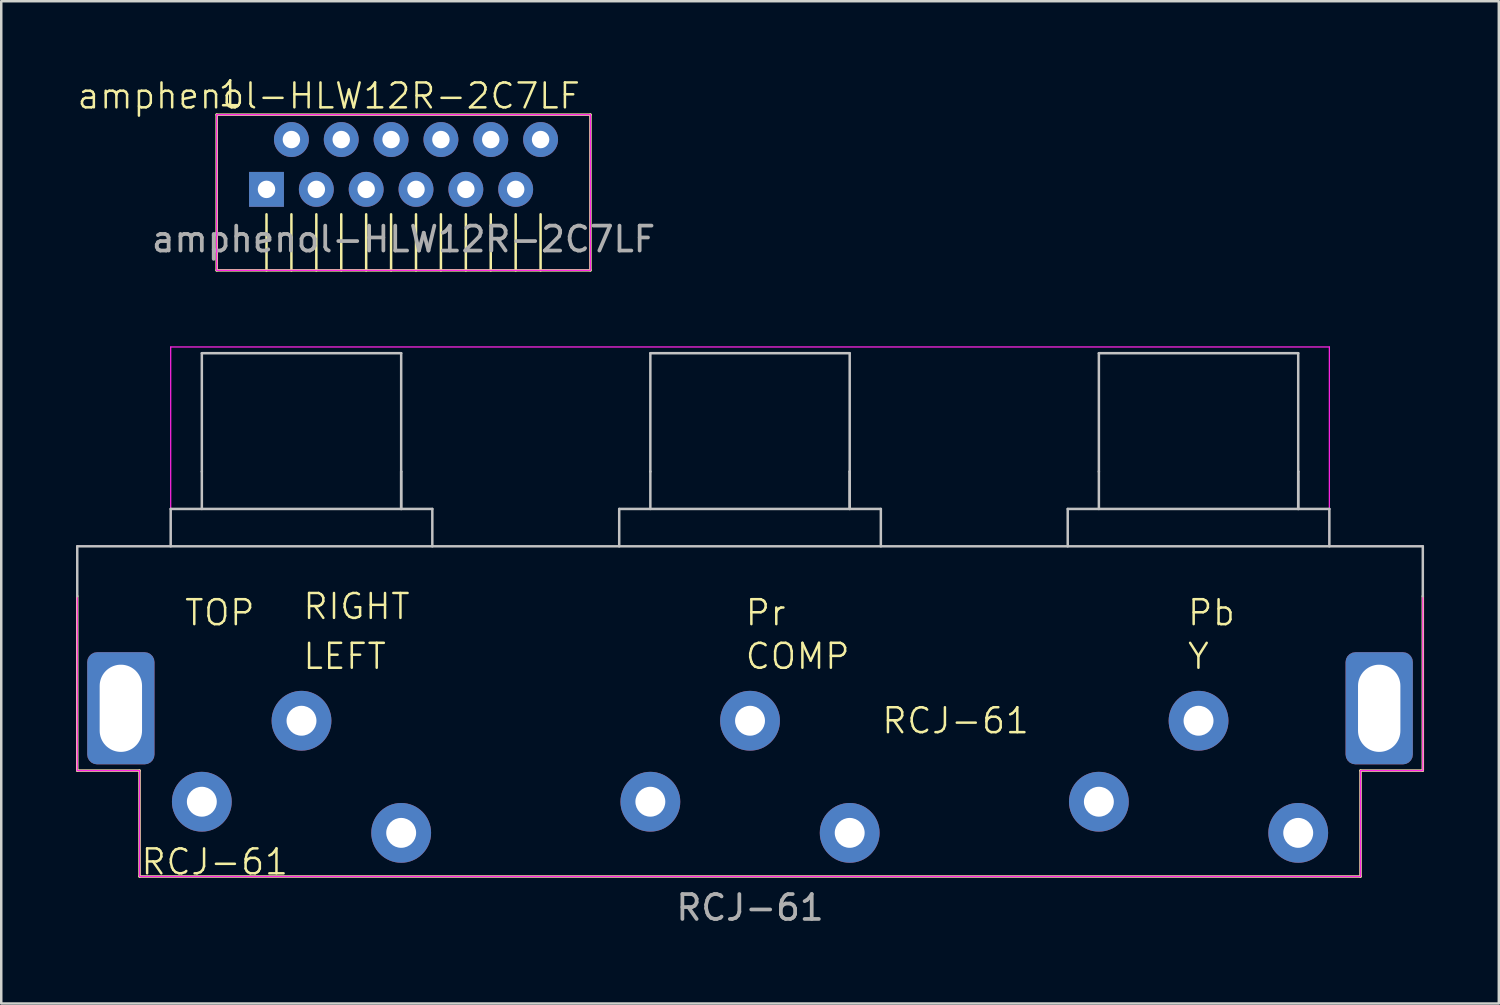
<source format=kicad_pcb>
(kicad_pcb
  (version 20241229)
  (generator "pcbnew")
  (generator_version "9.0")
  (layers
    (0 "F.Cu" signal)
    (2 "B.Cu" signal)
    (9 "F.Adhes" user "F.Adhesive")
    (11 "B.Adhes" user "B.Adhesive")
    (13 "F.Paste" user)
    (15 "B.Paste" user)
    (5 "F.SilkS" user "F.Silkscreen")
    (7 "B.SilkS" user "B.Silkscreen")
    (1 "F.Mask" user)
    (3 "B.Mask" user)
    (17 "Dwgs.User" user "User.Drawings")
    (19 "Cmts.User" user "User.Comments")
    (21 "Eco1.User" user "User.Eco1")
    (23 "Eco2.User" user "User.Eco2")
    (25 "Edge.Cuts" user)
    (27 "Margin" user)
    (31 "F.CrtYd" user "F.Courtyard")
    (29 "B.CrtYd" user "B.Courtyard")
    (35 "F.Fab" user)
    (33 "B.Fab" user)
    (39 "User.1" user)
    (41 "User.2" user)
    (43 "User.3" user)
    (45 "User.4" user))
  (footprint "RCJ-61"
    (layer "F.Cu")
    (at 27.05 25.875)
    (property "Reference" "RCJ-61" (at 8.25 0 0) (unlocked yes) (layer "F.SilkS") (effects (font (size 1 1) (thickness 0.1))))
    (attr smd)
    (fp_line (start -27 2) (end -27 -5) (stroke (width 0.1) (type default)) (layer "F.SilkS"))
    (fp_line (start -27 2) (end -24.5 2) (stroke (width 0.1) (type default)) (layer "F.SilkS"))
    (fp_line (start -24.5 2) (end -24.5 6.25) (stroke (width 0.1) (type default)) (layer "F.SilkS"))
    (fp_line (start -24.5 6.25) (end 24.5 6.25) (stroke (width 0.1) (type default)) (layer "F.SilkS"))
    (fp_line (start 24.5 2) (end 24.5 6.25) (stroke (width 0.1) (type default)) (layer "F.SilkS"))
    (fp_line (start 24.5 2) (end 27 2) (stroke (width 0.1) (type default)) (layer "F.SilkS"))
    (fp_line (start 27 2) (end 27 -5) (stroke (width 0.1) (type default)) (layer "F.SilkS"))
    (fp_line (start -27 -5) (end -27 -7) (stroke (width 0.1) (type default)) (layer "Dwgs.User"))
    (fp_line (start -23.25 -8.5) (end -23.25 -7) (stroke (width 0.1) (type default)) (layer "Dwgs.User"))
    (fp_line (start -23.25 -8.5) (end -12.75 -8.5) (stroke (width 0.1) (type default)) (layer "Dwgs.User"))
    (fp_line (start -22 -10) (end -22 -14.75) (stroke (width 0.1) (type default)) (layer "Dwgs.User"))
    (fp_line (start -22 -10) (end -22 -8.5) (stroke (width 0.1) (type default)) (layer "Dwgs.User"))
    (fp_line (start -14 -14.75) (end -22 -14.75) (stroke (width 0.1) (type default)) (layer "Dwgs.User"))
    (fp_line (start -14 -10) (end -14 -14.75) (stroke (width 0.1) (type default)) (layer "Dwgs.User"))
    (fp_line (start -14 -10) (end -14 -8.5) (stroke (width 0.1) (type default)) (layer "Dwgs.User"))
    (fp_line (start -14 -8.5) (end -14 -10) (stroke (width 0.1) (type default)) (layer "Dwgs.User"))
    (fp_line (start -12.75 -8.5) (end -12.75 -7) (stroke (width 0.1) (type default)) (layer "Dwgs.User"))
    (fp_line (start -5.25 -8.5) (end -5.25 -7) (stroke (width 0.1) (type default)) (layer "Dwgs.User"))
    (fp_line (start -5.25 -8.5) (end 5.25 -8.5) (stroke (width 0.1) (type default)) (layer "Dwgs.User"))
    (fp_line (start -4 -10) (end -4 -14.75) (stroke (width 0.1) (type default)) (layer "Dwgs.User"))
    (fp_line (start -4 -10) (end -4 -8.5) (stroke (width 0.1) (type default)) (layer "Dwgs.User"))
    (fp_line (start 4 -14.75) (end -4 -14.75) (stroke (width 0.1) (type default)) (layer "Dwgs.User"))
    (fp_line (start 4 -10) (end 4 -14.75) (stroke (width 0.1) (type default)) (layer "Dwgs.User"))
    (fp_line (start 4 -10) (end 4 -8.5) (stroke (width 0.1) (type default)) (layer "Dwgs.User"))
    (fp_line (start 4 -8.5) (end 4 -10) (stroke (width 0.1) (type default)) (layer "Dwgs.User"))
    (fp_line (start 5.25 -8.5) (end 5.25 -7) (stroke (width 0.1) (type default)) (layer "Dwgs.User"))
    (fp_line (start 12.75 -8.5) (end 12.75 -7) (stroke (width 0.1) (type default)) (layer "Dwgs.User"))
    (fp_line (start 12.75 -8.5) (end 23.25 -8.5) (stroke (width 0.1) (type default)) (layer "Dwgs.User"))
    (fp_line (start 14 -10) (end 14 -14.75) (stroke (width 0.1) (type default)) (layer "Dwgs.User"))
    (fp_line (start 14 -10) (end 14 -8.5) (stroke (width 0.1) (type default)) (layer "Dwgs.User"))
    (fp_line (start 22 -14.75) (end 14 -14.75) (stroke (width 0.1) (type default)) (layer "Dwgs.User"))
    (fp_line (start 22 -10) (end 22 -14.75) (stroke (width 0.1) (type default)) (layer "Dwgs.User"))
    (fp_line (start 22 -10) (end 22 -8.5) (stroke (width 0.1) (type default)) (layer "Dwgs.User"))
    (fp_line (start 22 -8.5) (end 22 -10) (stroke (width 0.1) (type default)) (layer "Dwgs.User"))
    (fp_line (start 23.25 -8.5) (end 23.25 -7) (stroke (width 0.1) (type default)) (layer "Dwgs.User"))
    (fp_line (start 27 -7) (end -27 -7) (stroke (width 0.1) (type default)) (layer "Dwgs.User"))
    (fp_line (start 27 -5) (end 27 -7) (stroke (width 0.1) (type default)) (layer "Dwgs.User"))
    (fp_line (start -27 -7) (end -27 2) (stroke (width 0.05) (type default)) (layer "F.CrtYd"))
    (fp_line (start -27 2) (end -24.5 2) (stroke (width 0.05) (type default)) (layer "F.CrtYd"))
    (fp_line (start -24.5 2) (end -24.5 6.25) (stroke (width 0.05) (type default)) (layer "F.CrtYd"))
    (fp_line (start -24.5 6.25) (end 24.5 6.25) (stroke (width 0.05) (type default)) (layer "F.CrtYd"))
    (fp_line (start -23.25 -15) (end -23.25 -7) (stroke (width 0.05) (type default)) (layer "F.CrtYd"))
    (fp_line (start -23.25 -7) (end -27 -7) (stroke (width 0.05) (type default)) (layer "F.CrtYd"))
    (fp_line (start 23.25 -15) (end -23.25 -15) (stroke (width 0.05) (type default)) (layer "F.CrtYd"))
    (fp_line (start 23.25 -7) (end 23.25 -15) (stroke (width 0.05) (type default)) (layer "F.CrtYd"))
    (fp_line (start 24.5 2) (end 27 2) (stroke (width 0.05) (type default)) (layer "F.CrtYd"))
    (fp_line (start 24.5 6.25) (end 24.5 2) (stroke (width 0.05) (type default)) (layer "F.CrtYd"))
    (fp_line (start 27 -7) (end 23.25 -7) (stroke (width 0.05) (type default)) (layer "F.CrtYd"))
    (fp_line (start 27 2) (end 27 -7) (stroke (width 0.05) (type default)) (layer "F.CrtYd"))
    (fp_text user "RIGHT" (at -18 -4 0) (unlocked yes) (layer "F.SilkS") (effects (font (size 1 1) (thickness 0.1)) (justify left bottom)))
    (fp_text user "Pb" (at 17.5 -3.75 0) (unlocked yes) (layer "F.SilkS") (effects (font (size 1 1) (thickness 0.1)) (justify left bottom)))
    (fp_text user "TOP" (at -22.75 -3.75 0) (unlocked yes) (layer "F.SilkS") (effects (font (size 1 1) (thickness 0.1)) (justify left bottom)))
    (fp_text user "COMP" (at -0.25 -2 0) (unlocked yes) (layer "F.SilkS") (effects (font (size 1 1) (thickness 0.1)) (justify left bottom)))
    (fp_text user "RCJ-61" (at -24.5 6.25 0) (unlocked yes) (layer "F.SilkS") (effects (font (size 1 1) (thickness 0.1)) (justify left bottom)))
    (fp_text user "LEFT" (at -18 -2 0) (unlocked yes) (layer "F.SilkS") (effects (font (size 1 1) (thickness 0.1)) (justify left bottom)))
    (fp_text user "Pr" (at -0.25 -3.75 0) (unlocked yes) (layer "F.SilkS") (effects (font (size 1 1) (thickness 0.1)) (justify left bottom)))
    (fp_text user "Y" (at 17.5 -2 0) (unlocked yes) (layer "F.SilkS") (effects (font (size 1 1) (thickness 0.1)) (justify left bottom)))
    (fp_text user "${REFERENCE}" (at 0 7.5 0) (unlocked yes) (layer "F.Fab") (effects (font (size 1 1) (thickness 0.15))))
    (pad "" np_thru_hole roundrect (at -25.25 -0.5) (size 2.7 4.5) (drill oval 1.7 3.5) (layers "*.Cu" "*.Mask") (roundrect_rratio 0.147))
    (pad "" np_thru_hole roundrect (at 25.25 -0.5) (size 2.7 4.5) (drill oval 1.7 3.5) (layers "*.Cu" "*.Mask") (roundrect_rratio 0.147))
    (pad "1" thru_hole circle (at 18 0) (size 2.4 2.4) (drill 1.2) (layers "*.Cu" "*.Mask"))
    (pad "2" thru_hole circle (at 14 3.25) (size 2.4 2.4) (drill 1.2) (layers "*.Cu" "*.Mask"))
    (pad "3" thru_hole circle (at 22 4.5) (size 2.4 2.4) (drill 1.2) (layers "*.Cu" "*.Mask"))
    (pad "4" thru_hole circle (at 0 0) (size 2.4 2.4) (drill 1.2) (layers "*.Cu" "*.Mask"))
    (pad "5" thru_hole circle (at -4 3.25) (size 2.4 2.4) (drill 1.2) (layers "*.Cu" "*.Mask"))
    (pad "6" thru_hole circle (at 4 4.5) (size 2.4 2.4) (drill 1.2) (layers "*.Cu" "*.Mask"))
    (pad "7" thru_hole circle (at -18 0) (size 2.4 2.4) (drill 1.2) (layers "*.Cu" "*.Mask"))
    (pad "8" thru_hole circle (at -22 3.25) (size 2.4 2.4) (drill 1.2) (layers "*.Cu" "*.Mask"))
    (pad "9" thru_hole circle (at -14 4.5) (size 2.4 2.4) (drill 1.2) (layers "*.Cu" "*.Mask")))
  (footprint "amphenol-HLW12R-2C7LF"
    (layer "F.Cu")
    (at 7.645 4.55)
    (property "Reference" "amphenol-HLW12R-2C7LF" (at 2.5 -3.75 0) (unlocked yes) (layer "F.SilkS") (effects (font (size 1 1) (thickness 0.1))))
    (attr smd)
    (fp_line (start -2 3.25) (end -2 -3) (stroke (width 0.1) (type default)) (layer "F.SilkS"))
    (fp_line (start -2 3.25) (end 13 3.25) (stroke (width 0.1) (type default)) (layer "F.SilkS"))
    (fp_line (start 0 1) (end 0 3.25) (stroke (width 0.1) (type default)) (layer "F.SilkS"))
    (fp_line (start 1 1) (end 1 3.25) (stroke (width 0.1) (type default)) (layer "F.SilkS"))
    (fp_line (start 2 1) (end 2 3.25) (stroke (width 0.1) (type default)) (layer "F.SilkS"))
    (fp_line (start 3 1) (end 3 3.25) (stroke (width 0.1) (type default)) (layer "F.SilkS"))
    (fp_line (start 4 1) (end 4 3.25) (stroke (width 0.1) (type default)) (layer "F.SilkS"))
    (fp_line (start 5 1) (end 5 3.25) (stroke (width 0.1) (type default)) (layer "F.SilkS"))
    (fp_line (start 6 1) (end 6 3.25) (stroke (width 0.1) (type default)) (layer "F.SilkS"))
    (fp_line (start 7 1) (end 7 3.25) (stroke (width 0.1) (type default)) (layer "F.SilkS"))
    (fp_line (start 8 1) (end 8 3.25) (stroke (width 0.1) (type default)) (layer "F.SilkS"))
    (fp_line (start 9 1) (end 9 3.25) (stroke (width 0.1) (type default)) (layer "F.SilkS"))
    (fp_line (start 10 1) (end 10 3.25) (stroke (width 0.1) (type default)) (layer "F.SilkS"))
    (fp_line (start 11 1) (end 11 3.25) (stroke (width 0.1) (type default)) (layer "F.SilkS"))
    (fp_line (start 13 -3) (end -2 -3) (stroke (width 0.1) (type default)) (layer "F.SilkS"))
    (fp_line (start 13 3.25) (end 13 -3) (stroke (width 0.1) (type default)) (layer "F.SilkS"))
    (fp_line (start -2 -3) (end -2 3.25) (stroke (width 0.05) (type default)) (layer "F.CrtYd"))
    (fp_line (start -2 3.25) (end 13 3.25) (stroke (width 0.05) (type default)) (layer "F.CrtYd"))
    (fp_line (start 13 -3) (end -2 -3) (stroke (width 0.05) (type default)) (layer "F.CrtYd"))
    (fp_line (start 13 3.25) (end 13 -3) (stroke (width 0.05) (type default)) (layer "F.CrtYd"))
    (fp_text user "1" (at -2 -3.25 0) (unlocked yes) (layer "F.SilkS") (effects (font (size 1 1) (thickness 0.1)) (justify left bottom)))
    (fp_text user "${REFERENCE}" (at 5.5 2 0) (unlocked yes) (layer "F.Fab") (effects (font (size 1 1) (thickness 0.15))))
    (pad "1" thru_hole rect (at 0 0) (size 1.4 1.4) (drill 0.7) (layers "*.Cu" "*.Mask"))
    (pad "2" thru_hole circle (at 1 -2) (size 1.4 1.4) (drill 0.7) (layers "*.Cu" "*.Mask"))
    (pad "3" thru_hole circle (at 2 0) (size 1.4 1.4) (drill 0.7) (layers "*.Cu" "*.Mask"))
    (pad "4" thru_hole circle (at 3 -2) (size 1.4 1.4) (drill 0.7) (layers "*.Cu" "*.Mask"))
    (pad "5" thru_hole circle (at 4 0) (size 1.4 1.4) (drill 0.7) (layers "*.Cu" "*.Mask"))
    (pad "6" thru_hole circle (at 5 -2) (size 1.4 1.4) (drill 0.7) (layers "*.Cu" "*.Mask"))
    (pad "7" thru_hole circle (at 6 0) (size 1.4 1.4) (drill 0.7) (layers "*.Cu" "*.Mask"))
    (pad "8" thru_hole circle (at 7 -2) (size 1.4 1.4) (drill 0.7) (layers "*.Cu" "*.Mask"))
    (pad "9" thru_hole circle (at 8 0) (size 1.4 1.4) (drill 0.7) (layers "*.Cu" "*.Mask"))
    (pad "10" thru_hole circle (at 9 -2) (size 1.4 1.4) (drill 0.7) (layers "*.Cu" "*.Mask"))
    (pad "11" thru_hole circle (at 10 0) (size 1.4 1.4) (drill 0.7) (layers "*.Cu" "*.Mask"))
    (pad "12" thru_hole circle (at 11 -2) (size 1.4 1.4) (drill 0.7) (layers "*.Cu" "*.Mask")))
  (gr_rect
    (start -3 -3)
    (end 57.1 37.223)
    (stroke (width 0.1) (type default))
    (fill no)
    (layer "Edge.Cuts")))
</source>
